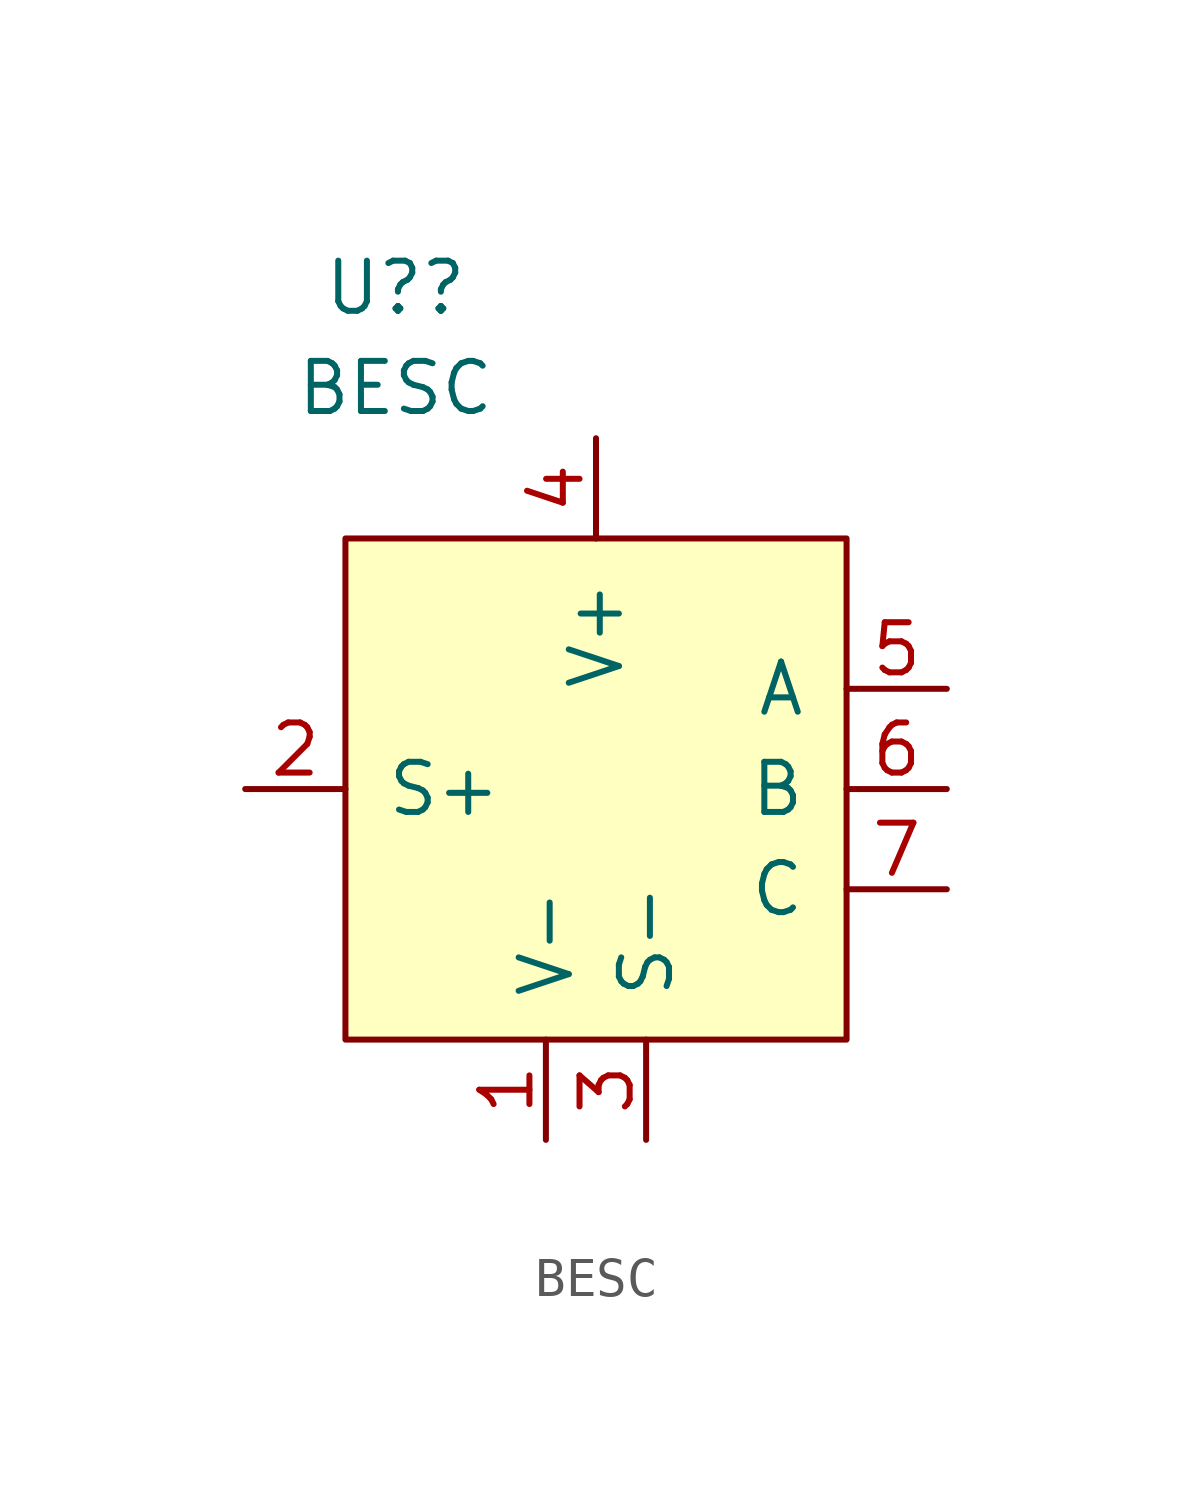
<source format=kicad_sym>
(kicad_symbol_lib
  (version 20211014)
  (generator kicad_symbol_editor)
  (symbol "BESC"
    (pin_names
      (offset 1.016))
    (property "Reference" "U?"
      (at -5.08 12.7 0)
      (effects (font (size 1.27 1.27))))
    (property "Value" "BESC"
      (at -5.08 10.16 0)
      (effects (font (size 1.27 1.27))))
    (symbol "BESC_0_1"
      (rectangle (start -6.35 6.35) (end 6.35 -6.35) (stroke (width 0) (type default) (color 0 0 0 0)) (fill (type background))))
    (symbol "BESC_1_1"
      (pin power_in line (at -1.27 -8.89 90) (length 2.54) (name "V-" (effects (font (size 1.27 1.27)))) (number "1" (effects (font (size 1.27 1.27)))))
      (pin input line (at -8.89 0 0) (length 2.54) (name "S+" (effects (font (size 1.27 1.27)))) (number "2" (effects (font (size 1.27 1.27)))))
      (pin input line (at 1.27 -8.89 90) (length 2.54) (name "S-" (effects (font (size 1.27 1.27)))) (number "3" (effects (font (size 1.27 1.27)))))
      (pin power_in line (at 0 8.89 270) (length 2.54) (name "V+" (effects (font (size 1.27 1.27)))) (number "4" (effects (font (size 1.27 1.27)))))
      (pin power_out line (at 8.89 2.54 180) (length 2.54) (name "A" (effects (font (size 1.27 1.27)))) (number "5" (effects (font (size 1.27 1.27)))))
      (pin power_out line (at 8.89 0 180) (length 2.54) (name "B" (effects (font (size 1.27 1.27)))) (number "6" (effects (font (size 1.27 1.27)))))
      (pin power_out line (at 8.89 -2.54 180) (length 2.54) (name "C" (effects (font (size 1.27 1.27)))) (number "7" (effects (font (size 1.27 1.27))))))))
</source>
